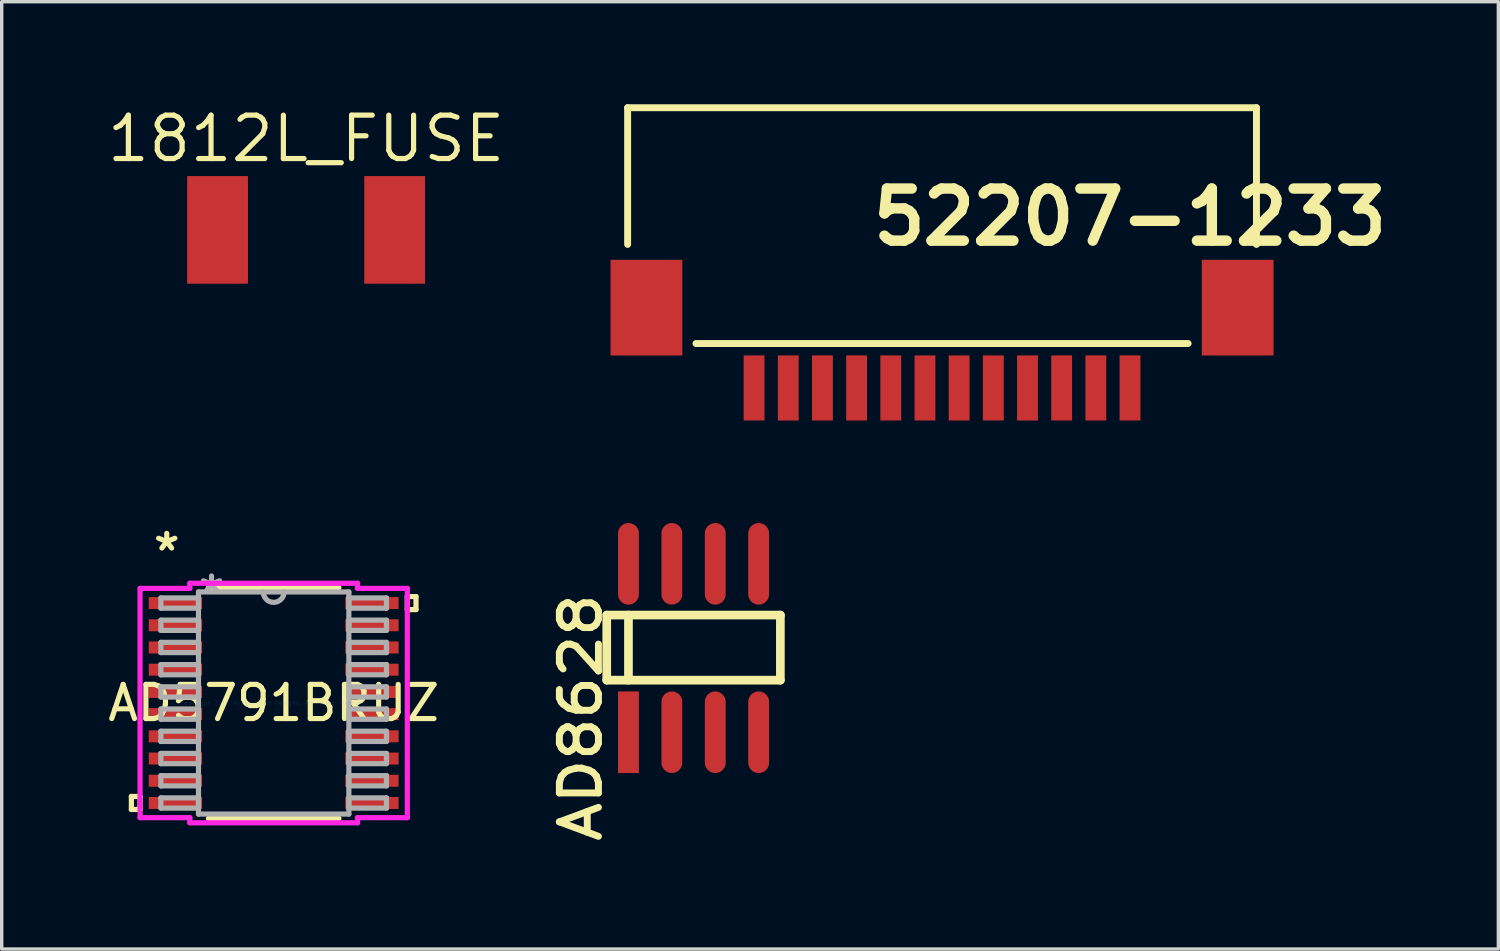
<source format=kicad_pcb>
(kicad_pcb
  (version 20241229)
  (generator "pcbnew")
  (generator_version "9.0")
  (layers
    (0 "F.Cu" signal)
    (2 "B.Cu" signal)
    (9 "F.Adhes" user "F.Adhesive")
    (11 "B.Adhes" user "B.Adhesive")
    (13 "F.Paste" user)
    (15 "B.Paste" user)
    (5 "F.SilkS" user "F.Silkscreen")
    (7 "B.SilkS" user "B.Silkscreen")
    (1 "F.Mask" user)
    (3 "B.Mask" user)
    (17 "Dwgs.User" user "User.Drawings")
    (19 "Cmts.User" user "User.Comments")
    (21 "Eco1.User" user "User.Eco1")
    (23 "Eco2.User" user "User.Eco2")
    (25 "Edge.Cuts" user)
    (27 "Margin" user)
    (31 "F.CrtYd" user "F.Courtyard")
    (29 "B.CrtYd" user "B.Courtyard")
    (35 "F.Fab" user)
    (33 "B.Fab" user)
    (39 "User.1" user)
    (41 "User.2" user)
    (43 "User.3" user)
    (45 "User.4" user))
  (footprint "52207-1233"
    (layer "F.Cu")
    (at 30.014 8.302)
    (property "Reference" "52207-1233" (at 0 -5 0) (layer "F.SilkS") (effects (font (size 1.524 1.524) (thickness 0.305))))
    (attr smd)
    (fp_line (start -14.699 -8.2) (end -14.699 -4.2) (stroke (width 0.203) (type solid)) (layer "F.SilkS"))
    (fp_line (start -14.699 -8.2) (end 3.701 -8.2) (stroke (width 0.203) (type solid)) (layer "F.SilkS"))
    (fp_line (start 1.701 -1.3) (end -12.699 -1.3) (stroke (width 0.203) (type solid)) (layer "F.SilkS"))
    (fp_line (start 3.701 -8.2) (end 3.701 -4.2) (stroke (width 0.203) (type solid)) (layer "F.SilkS"))
    (pad "1" smd rect (at 0.001 0) (size 0.61 1.905) (layers "F.Cu" "F.Mask" "F.Paste" "Eco1.User"))
    (pad "2" smd rect (at -0.999 0) (size 0.61 1.905) (layers "F.Cu" "F.Mask" "F.Paste" "Eco1.User"))
    (pad "3" smd rect (at -1.999 0) (size 0.61 1.905) (layers "F.Cu" "F.Mask" "F.Paste" "Eco1.User"))
    (pad "4" smd rect (at -2.999 0) (size 0.61 1.905) (layers "F.Cu" "F.Mask" "F.Paste" "Eco1.User"))
    (pad "5" smd rect (at -3.999 0) (size 0.61 1.905) (layers "F.Cu" "F.Mask" "F.Paste" "Eco1.User"))
    (pad "6" smd rect (at -4.999 0) (size 0.61 1.905) (layers "F.Cu" "F.Mask" "F.Paste" "Eco1.User"))
    (pad "7" smd rect (at -5.999 0) (size 0.61 1.905) (layers "F.Cu" "F.Mask" "F.Paste" "Eco1.User"))
    (pad "8" smd rect (at -6.999 0) (size 0.61 1.905) (layers "F.Cu" "F.Mask" "F.Paste" "Eco1.User"))
    (pad "9" smd rect (at -7.999 0) (size 0.61 1.905) (layers "F.Cu" "F.Mask" "F.Paste" "Eco1.User"))
    (pad "10" smd rect (at -8.999 0) (size 0.61 1.905) (layers "F.Cu" "F.Mask" "F.Paste" "Eco1.User"))
    (pad "11" smd rect (at -9.999 0) (size 0.61 1.905) (layers "F.Cu" "F.Mask" "F.Paste" "Eco1.User"))
    (pad "12" smd rect (at -10.999 0) (size 0.61 1.905) (layers "F.Cu" "F.Mask" "F.Paste" "Eco1.User"))
    (pad "13" smd rect (at -14.149 -2.35) (size 2.1 2.8) (layers "F.Cu" "F.Mask" "F.Paste" "Eco1.User"))
    (pad "13" smd rect (at 3.151 -2.35) (size 2.1 2.8) (layers "F.Cu" "F.Mask" "F.Paste" "Eco1.User")))
  (footprint "AD8628"
    (layer "F.Cu")
    (at 17.244 15.912)
    (property "Reference" "AD8628" (at -3.302 2.032 90) (layer "F.SilkS") (effects (font (size 1.143 1.27) (thickness 0.203))))
    (attr smd)
    (fp_line (start -2.54 -0.965) (end -2.54 0.94) (stroke (width 0.254) (type solid)) (layer "F.SilkS"))
    (fp_line (start -2.54 0.94) (end 2.54 0.94) (stroke (width 0.254) (type solid)) (layer "F.SilkS"))
    (fp_line (start -1.905 -0.965) (end -1.905 0.94) (stroke (width 0.254) (type solid)) (layer "F.SilkS"))
    (fp_line (start 2.54 -0.965) (end -2.54 -0.965) (stroke (width 0.254) (type solid)) (layer "F.SilkS"))
    (fp_line (start 2.54 0.94) (end 2.54 -0.965) (stroke (width 0.254) (type solid)) (layer "F.SilkS"))
    (fp_line (start -2.54 -0.965) (end -2.54 0.94) (stroke (width 0.254) (type solid)) (layer "Eco1.User"))
    (fp_line (start -2.54 0.94) (end 2.54 0.94) (stroke (width 0.254) (type solid)) (layer "Eco1.User"))
    (fp_line (start -1.905 0.94) (end -1.905 -0.965) (stroke (width 0.254) (type solid)) (layer "Eco1.User"))
    (fp_line (start 2.54 -0.965) (end -2.54 -0.965) (stroke (width 0.254) (type solid)) (layer "Eco1.User"))
    (fp_line (start 2.54 0.94) (end 2.54 -0.965) (stroke (width 0.254) (type solid)) (layer "Eco1.User"))
    (pad "1" smd rect (at -1.905 2.464 90) (size 2.388 0.61) (layers "F.Cu" "F.Mask" "F.Paste" "Eco1.User"))
    (pad "2" smd oval (at -0.635 2.464 90) (size 2.388 0.61) (layers "F.Cu" "F.Mask" "F.Paste" "Eco1.User"))
    (pad "3" smd oval (at 0.635 2.464 90) (size 2.388 0.61) (layers "F.Cu" "F.Mask" "F.Paste" "Eco1.User"))
    (pad "4" smd oval (at 1.905 2.464 90) (size 2.388 0.61) (layers "F.Cu" "F.Mask" "F.Paste" "Eco1.User"))
    (pad "5" smd oval (at 1.905 -2.464 90) (size 2.388 0.61) (layers "F.Cu" "F.Mask" "F.Paste" "Eco1.User"))
    (pad "6" smd oval (at 0.635 -2.464 90) (size 2.388 0.61) (layers "F.Cu" "F.Mask" "F.Paste" "Eco1.User"))
    (pad "7" smd oval (at -0.635 -2.464 90) (size 2.388 0.61) (layers "F.Cu" "F.Mask" "F.Paste" "Eco1.User"))
    (pad "8" smd oval (at -1.905 -2.464 90) (size 2.388 0.61) (layers "F.Cu" "F.Mask" "F.Paste" "Eco1.User")))
  (footprint "1812L_FUSE"
    (layer "F.Cu")
    (at 5.907 3.677)
    (property "Reference" "1812L_FUSE" (at 0 -2.667 0) (layer "F.SilkS") (effects (font (size 1.27 1.27) (thickness 0.152))))
    (attr smd)
    (pad "1" smd rect (at -2.591 0) (size 1.778 3.15) (layers "F.Cu" "F.Mask" "F.Paste" "Eco1.User"))
    (pad "2" smd rect (at 2.591 0) (size 1.778 3.15) (layers "F.Cu" "F.Mask" "F.Paste" "Eco1.User")))
  (footprint "AD5791BRUZ"
    (layer "F.Cu")
    (at 4.958 17.521)
    (property "Reference" "AD5791BRUZ" (at 0 0 0) (layer "F.SilkS") (effects (font (size 1 1) (thickness 0.15))))
    (attr through_hole)
    (fp_line (start -4.164 2.734) (end -4.164 3.115) (stroke (width 0.152) (type solid)) (layer "F.SilkS"))
    (fp_line (start -4.164 3.115) (end -3.91 3.115) (stroke (width 0.152) (type solid)) (layer "F.SilkS"))
    (fp_line (start -3.91 2.734) (end -4.164 2.734) (stroke (width 0.152) (type solid)) (layer "F.SilkS"))
    (fp_line (start -3.91 3.115) (end -3.91 2.734) (stroke (width 0.152) (type solid)) (layer "F.SilkS"))
    (fp_line (start -1.909 3.377) (end 1.909 3.377) (stroke (width 0.152) (type solid)) (layer "F.SilkS"))
    (fp_line (start 1.909 -3.377) (end -1.909 -3.377) (stroke (width 0.152) (type solid)) (layer "F.SilkS"))
    (fp_line (start 3.91 -3.115) (end 4.164 -3.115) (stroke (width 0.152) (type solid)) (layer "F.SilkS"))
    (fp_line (start 3.91 -2.734) (end 3.91 -3.115) (stroke (width 0.152) (type solid)) (layer "F.SilkS"))
    (fp_line (start 4.164 -3.115) (end 4.164 -2.734) (stroke (width 0.152) (type solid)) (layer "F.SilkS"))
    (fp_line (start 4.164 -2.734) (end 3.91 -2.734) (stroke (width 0.152) (type solid)) (layer "F.SilkS"))
    (fp_line (start -3.91 -3.354) (end -2.454 -3.354) (stroke (width 0.152) (type solid)) (layer "F.CrtYd"))
    (fp_line (start -3.91 3.354) (end -3.91 -3.354) (stroke (width 0.152) (type solid)) (layer "F.CrtYd"))
    (fp_line (start -2.454 -3.504) (end 2.454 -3.504) (stroke (width 0.152) (type solid)) (layer "F.CrtYd"))
    (fp_line (start -2.454 -3.354) (end -2.454 -3.504) (stroke (width 0.152) (type solid)) (layer "F.CrtYd"))
    (fp_line (start -2.454 3.354) (end -3.91 3.354) (stroke (width 0.152) (type solid)) (layer "F.CrtYd"))
    (fp_line (start -2.454 3.504) (end -2.454 3.354) (stroke (width 0.152) (type solid)) (layer "F.CrtYd"))
    (fp_line (start 2.454 -3.504) (end 2.454 -3.354) (stroke (width 0.152) (type solid)) (layer "F.CrtYd"))
    (fp_line (start 2.454 -3.354) (end 3.91 -3.354) (stroke (width 0.152) (type solid)) (layer "F.CrtYd"))
    (fp_line (start 2.454 3.354) (end 2.454 3.504) (stroke (width 0.152) (type solid)) (layer "F.CrtYd"))
    (fp_line (start 2.454 3.504) (end -2.454 3.504) (stroke (width 0.152) (type solid)) (layer "F.CrtYd"))
    (fp_line (start 3.91 -3.354) (end 3.91 3.354) (stroke (width 0.152) (type solid)) (layer "F.CrtYd"))
    (fp_line (start 3.91 3.354) (end 2.454 3.354) (stroke (width 0.152) (type solid)) (layer "F.CrtYd"))
    (fp_line (start -3.3 -3.075) (end -3.3 -2.775) (stroke (width 0.152) (type solid)) (layer "F.Fab"))
    (fp_line (start -3.3 -2.775) (end -2.2 -2.775) (stroke (width 0.152) (type solid)) (layer "F.Fab"))
    (fp_line (start -3.3 -2.425) (end -3.3 -2.125) (stroke (width 0.152) (type solid)) (layer "F.Fab"))
    (fp_line (start -3.3 -2.125) (end -2.2 -2.125) (stroke (width 0.152) (type solid)) (layer "F.Fab"))
    (fp_line (start -3.3 -1.775) (end -3.3 -1.475) (stroke (width 0.152) (type solid)) (layer "F.Fab"))
    (fp_line (start -3.3 -1.475) (end -2.2 -1.475) (stroke (width 0.152) (type solid)) (layer "F.Fab"))
    (fp_line (start -3.3 -1.125) (end -3.3 -0.825) (stroke (width 0.152) (type solid)) (layer "F.Fab"))
    (fp_line (start -3.3 -0.825) (end -2.2 -0.825) (stroke (width 0.152) (type solid)) (layer "F.Fab"))
    (fp_line (start -3.3 -0.475) (end -3.3 -0.175) (stroke (width 0.152) (type solid)) (layer "F.Fab"))
    (fp_line (start -3.3 -0.175) (end -2.2 -0.175) (stroke (width 0.152) (type solid)) (layer "F.Fab"))
    (fp_line (start -3.3 0.175) (end -3.3 0.475) (stroke (width 0.152) (type solid)) (layer "F.Fab"))
    (fp_line (start -3.3 0.475) (end -2.2 0.475) (stroke (width 0.152) (type solid)) (layer "F.Fab"))
    (fp_line (start -3.3 0.825) (end -3.3 1.125) (stroke (width 0.152) (type solid)) (layer "F.Fab"))
    (fp_line (start -3.3 1.125) (end -2.2 1.125) (stroke (width 0.152) (type solid)) (layer "F.Fab"))
    (fp_line (start -3.3 1.475) (end -3.3 1.775) (stroke (width 0.152) (type solid)) (layer "F.Fab"))
    (fp_line (start -3.3 1.775) (end -2.2 1.775) (stroke (width 0.152) (type solid)) (layer "F.Fab"))
    (fp_line (start -3.3 2.125) (end -3.3 2.425) (stroke (width 0.152) (type solid)) (layer "F.Fab"))
    (fp_line (start -3.3 2.425) (end -2.2 2.425) (stroke (width 0.152) (type solid)) (layer "F.Fab"))
    (fp_line (start -3.3 2.775) (end -3.3 3.075) (stroke (width 0.152) (type solid)) (layer "F.Fab"))
    (fp_line (start -3.3 3.075) (end -2.2 3.075) (stroke (width 0.152) (type solid)) (layer "F.Fab"))
    (fp_line (start -2.2 -3.25) (end -2.2 3.25) (stroke (width 0.152) (type solid)) (layer "F.Fab"))
    (fp_line (start -2.2 -3.075) (end -3.3 -3.075) (stroke (width 0.152) (type solid)) (layer "F.Fab"))
    (fp_line (start -2.2 -2.775) (end -2.2 -3.075) (stroke (width 0.152) (type solid)) (layer "F.Fab"))
    (fp_line (start -2.2 -2.425) (end -3.3 -2.425) (stroke (width 0.152) (type solid)) (layer "F.Fab"))
    (fp_line (start -2.2 -2.125) (end -2.2 -2.425) (stroke (width 0.152) (type solid)) (layer "F.Fab"))
    (fp_line (start -2.2 -1.775) (end -3.3 -1.775) (stroke (width 0.152) (type solid)) (layer "F.Fab"))
    (fp_line (start -2.2 -1.475) (end -2.2 -1.775) (stroke (width 0.152) (type solid)) (layer "F.Fab"))
    (fp_line (start -2.2 -1.125) (end -3.3 -1.125) (stroke (width 0.152) (type solid)) (layer "F.Fab"))
    (fp_line (start -2.2 -0.825) (end -2.2 -1.125) (stroke (width 0.152) (type solid)) (layer "F.Fab"))
    (fp_line (start -2.2 -0.475) (end -3.3 -0.475) (stroke (width 0.152) (type solid)) (layer "F.Fab"))
    (fp_line (start -2.2 -0.175) (end -2.2 -0.475) (stroke (width 0.152) (type solid)) (layer "F.Fab"))
    (fp_line (start -2.2 0.175) (end -3.3 0.175) (stroke (width 0.152) (type solid)) (layer "F.Fab"))
    (fp_line (start -2.2 0.475) (end -2.2 0.175) (stroke (width 0.152) (type solid)) (layer "F.Fab"))
    (fp_line (start -2.2 0.825) (end -3.3 0.825) (stroke (width 0.152) (type solid)) (layer "F.Fab"))
    (fp_line (start -2.2 1.125) (end -2.2 0.825) (stroke (width 0.152) (type solid)) (layer "F.Fab"))
    (fp_line (start -2.2 1.475) (end -3.3 1.475) (stroke (width 0.152) (type solid)) (layer "F.Fab"))
    (fp_line (start -2.2 1.775) (end -2.2 1.475) (stroke (width 0.152) (type solid)) (layer "F.Fab"))
    (fp_line (start -2.2 2.125) (end -3.3 2.125) (stroke (width 0.152) (type solid)) (layer "F.Fab"))
    (fp_line (start -2.2 2.425) (end -2.2 2.125) (stroke (width 0.152) (type solid)) (layer "F.Fab"))
    (fp_line (start -2.2 2.775) (end -3.3 2.775) (stroke (width 0.152) (type solid)) (layer "F.Fab"))
    (fp_line (start -2.2 3.075) (end -2.2 2.775) (stroke (width 0.152) (type solid)) (layer "F.Fab"))
    (fp_line (start -2.2 3.25) (end 2.2 3.25) (stroke (width 0.152) (type solid)) (layer "F.Fab"))
    (fp_line (start 2.2 -3.25) (end -2.2 -3.25) (stroke (width 0.152) (type solid)) (layer "F.Fab"))
    (fp_line (start 2.2 -3.075) (end 2.2 -2.775) (stroke (width 0.152) (type solid)) (layer "F.Fab"))
    (fp_line (start 2.2 -2.775) (end 3.3 -2.775) (stroke (width 0.152) (type solid)) (layer "F.Fab"))
    (fp_line (start 2.2 -2.425) (end 2.2 -2.125) (stroke (width 0.152) (type solid)) (layer "F.Fab"))
    (fp_line (start 2.2 -2.125) (end 3.3 -2.125) (stroke (width 0.152) (type solid)) (layer "F.Fab"))
    (fp_line (start 2.2 -1.775) (end 2.2 -1.475) (stroke (width 0.152) (type solid)) (layer "F.Fab"))
    (fp_line (start 2.2 -1.475) (end 3.3 -1.475) (stroke (width 0.152) (type solid)) (layer "F.Fab"))
    (fp_line (start 2.2 -1.125) (end 2.2 -0.825) (stroke (width 0.152) (type solid)) (layer "F.Fab"))
    (fp_line (start 2.2 -0.825) (end 3.3 -0.825) (stroke (width 0.152) (type solid)) (layer "F.Fab"))
    (fp_line (start 2.2 -0.475) (end 2.2 -0.175) (stroke (width 0.152) (type solid)) (layer "F.Fab"))
    (fp_line (start 2.2 -0.175) (end 3.3 -0.175) (stroke (width 0.152) (type solid)) (layer "F.Fab"))
    (fp_line (start 2.2 0.175) (end 2.2 0.475) (stroke (width 0.152) (type solid)) (layer "F.Fab"))
    (fp_line (start 2.2 0.475) (end 3.3 0.475) (stroke (width 0.152) (type solid)) (layer "F.Fab"))
    (fp_line (start 2.2 0.825) (end 2.2 1.125) (stroke (width 0.152) (type solid)) (layer "F.Fab"))
    (fp_line (start 2.2 1.125) (end 3.3 1.125) (stroke (width 0.152) (type solid)) (layer "F.Fab"))
    (fp_line (start 2.2 1.475) (end 2.2 1.775) (stroke (width 0.152) (type solid)) (layer "F.Fab"))
    (fp_line (start 2.2 1.775) (end 3.3 1.775) (stroke (width 0.152) (type solid)) (layer "F.Fab"))
    (fp_line (start 2.2 2.125) (end 2.2 2.425) (stroke (width 0.152) (type solid)) (layer "F.Fab"))
    (fp_line (start 2.2 2.425) (end 3.3 2.425) (stroke (width 0.152) (type solid)) (layer "F.Fab"))
    (fp_line (start 2.2 2.775) (end 2.2 3.075) (stroke (width 0.152) (type solid)) (layer "F.Fab"))
    (fp_line (start 2.2 3.075) (end 3.3 3.075) (stroke (width 0.152) (type solid)) (layer "F.Fab"))
    (fp_line (start 2.2 3.25) (end 2.2 -3.25) (stroke (width 0.152) (type solid)) (layer "F.Fab"))
    (fp_line (start 3.3 -3.075) (end 2.2 -3.075) (stroke (width 0.152) (type solid)) (layer "F.Fab"))
    (fp_line (start 3.3 -2.775) (end 3.3 -3.075) (stroke (width 0.152) (type solid)) (layer "F.Fab"))
    (fp_line (start 3.3 -2.425) (end 2.2 -2.425) (stroke (width 0.152) (type solid)) (layer "F.Fab"))
    (fp_line (start 3.3 -2.125) (end 3.3 -2.425) (stroke (width 0.152) (type solid)) (layer "F.Fab"))
    (fp_line (start 3.3 -1.775) (end 2.2 -1.775) (stroke (width 0.152) (type solid)) (layer "F.Fab"))
    (fp_line (start 3.3 -1.475) (end 3.3 -1.775) (stroke (width 0.152) (type solid)) (layer "F.Fab"))
    (fp_line (start 3.3 -1.125) (end 2.2 -1.125) (stroke (width 0.152) (type solid)) (layer "F.Fab"))
    (fp_line (start 3.3 -0.825) (end 3.3 -1.125) (stroke (width 0.152) (type solid)) (layer "F.Fab"))
    (fp_line (start 3.3 -0.475) (end 2.2 -0.475) (stroke (width 0.152) (type solid)) (layer "F.Fab"))
    (fp_line (start 3.3 -0.175) (end 3.3 -0.475) (stroke (width 0.152) (type solid)) (layer "F.Fab"))
    (fp_line (start 3.3 0.175) (end 2.2 0.175) (stroke (width 0.152) (type solid)) (layer "F.Fab"))
    (fp_line (start 3.3 0.475) (end 3.3 0.175) (stroke (width 0.152) (type solid)) (layer "F.Fab"))
    (fp_line (start 3.3 0.825) (end 2.2 0.825) (stroke (width 0.152) (type solid)) (layer "F.Fab"))
    (fp_line (start 3.3 1.125) (end 3.3 0.825) (stroke (width 0.152) (type solid)) (layer "F.Fab"))
    (fp_line (start 3.3 1.475) (end 2.2 1.475) (stroke (width 0.152) (type solid)) (layer "F.Fab"))
    (fp_line (start 3.3 1.775) (end 3.3 1.475) (stroke (width 0.152) (type solid)) (layer "F.Fab"))
    (fp_line (start 3.3 2.125) (end 2.2 2.125) (stroke (width 0.152) (type solid)) (layer "F.Fab"))
    (fp_line (start 3.3 2.425) (end 3.3 2.125) (stroke (width 0.152) (type solid)) (layer "F.Fab"))
    (fp_line (start 3.3 2.775) (end 2.2 2.775) (stroke (width 0.152) (type solid)) (layer "F.Fab"))
    (fp_line (start 3.3 3.075) (end 3.3 2.775) (stroke (width 0.152) (type solid)) (layer "F.Fab"))
    (fp_arc (start 0.3048 -3.250001) (mid 0 -2.945201) (end -0.3048 -3.250001) (stroke (width 0.1524) (type solid)) (layer "F.Fab"))
    (fp_text user "*" (at -3.129 -4.419 0) (layer "F.SilkS") (effects (font (size 1 1) (thickness 0.15))))
    (fp_text user "Copyright 2016 Accelerated Designs. All rights reserved." (at 0 0 0) (layer "Cmts.User") (effects (font (size 0.127 0.127) (thickness 0.002))))
    (fp_text user "*" (at -1.819 -3.174 0) (layer "F.Fab") (effects (font (size 1 1) (thickness 0.15))))
    (pad "1" smd rect (at -2.875 -2.925) (size 1.561 0.351) (layers "F.Cu" "F.Mask" "F.Paste"))
    (pad "2" smd rect (at -2.875 -2.275) (size 1.561 0.351) (layers "F.Cu" "F.Mask" "F.Paste"))
    (pad "3" smd rect (at -2.875 -1.625) (size 1.561 0.351) (layers "F.Cu" "F.Mask" "F.Paste"))
    (pad "4" smd rect (at -2.875 -0.975) (size 1.561 0.351) (layers "F.Cu" "F.Mask" "F.Paste"))
    (pad "5" smd rect (at -2.875 -0.325) (size 1.561 0.351) (layers "F.Cu" "F.Mask" "F.Paste"))
    (pad "6" smd rect (at -2.875 0.325) (size 1.561 0.351) (layers "F.Cu" "F.Mask" "F.Paste"))
    (pad "7" smd rect (at -2.875 0.975) (size 1.561 0.351) (layers "F.Cu" "F.Mask" "F.Paste"))
    (pad "8" smd rect (at -2.875 1.625) (size 1.561 0.351) (layers "F.Cu" "F.Mask" "F.Paste"))
    (pad "9" smd rect (at -2.875 2.275) (size 1.561 0.351) (layers "F.Cu" "F.Mask" "F.Paste"))
    (pad "10" smd rect (at -2.875 2.925) (size 1.561 0.351) (layers "F.Cu" "F.Mask" "F.Paste"))
    (pad "11" smd rect (at 2.875 2.925) (size 1.561 0.351) (layers "F.Cu" "F.Mask" "F.Paste"))
    (pad "12" smd rect (at 2.875 2.275) (size 1.561 0.351) (layers "F.Cu" "F.Mask" "F.Paste"))
    (pad "13" smd rect (at 2.875 1.625) (size 1.561 0.351) (layers "F.Cu" "F.Mask" "F.Paste"))
    (pad "14" smd rect (at 2.875 0.975) (size 1.561 0.351) (layers "F.Cu" "F.Mask" "F.Paste"))
    (pad "15" smd rect (at 2.875 0.325) (size 1.561 0.351) (layers "F.Cu" "F.Mask" "F.Paste"))
    (pad "16" smd rect (at 2.875 -0.325) (size 1.561 0.351) (layers "F.Cu" "F.Mask" "F.Paste"))
    (pad "17" smd rect (at 2.875 -0.975) (size 1.561 0.351) (layers "F.Cu" "F.Mask" "F.Paste"))
    (pad "18" smd rect (at 2.875 -1.625) (size 1.561 0.351) (layers "F.Cu" "F.Mask" "F.Paste"))
    (pad "19" smd rect (at 2.875 -2.275) (size 1.561 0.351) (layers "F.Cu" "F.Mask" "F.Paste"))
    (pad "20" smd rect (at 2.875 -2.925) (size 1.561 0.351) (layers "F.Cu" "F.Mask" "F.Paste")))
  (gr_rect
    (start -3 -3)
    (end 40.793 24.72)
    (stroke (width 0.1) (type default))
    (fill no)
    (layer "Edge.Cuts")))
</source>
